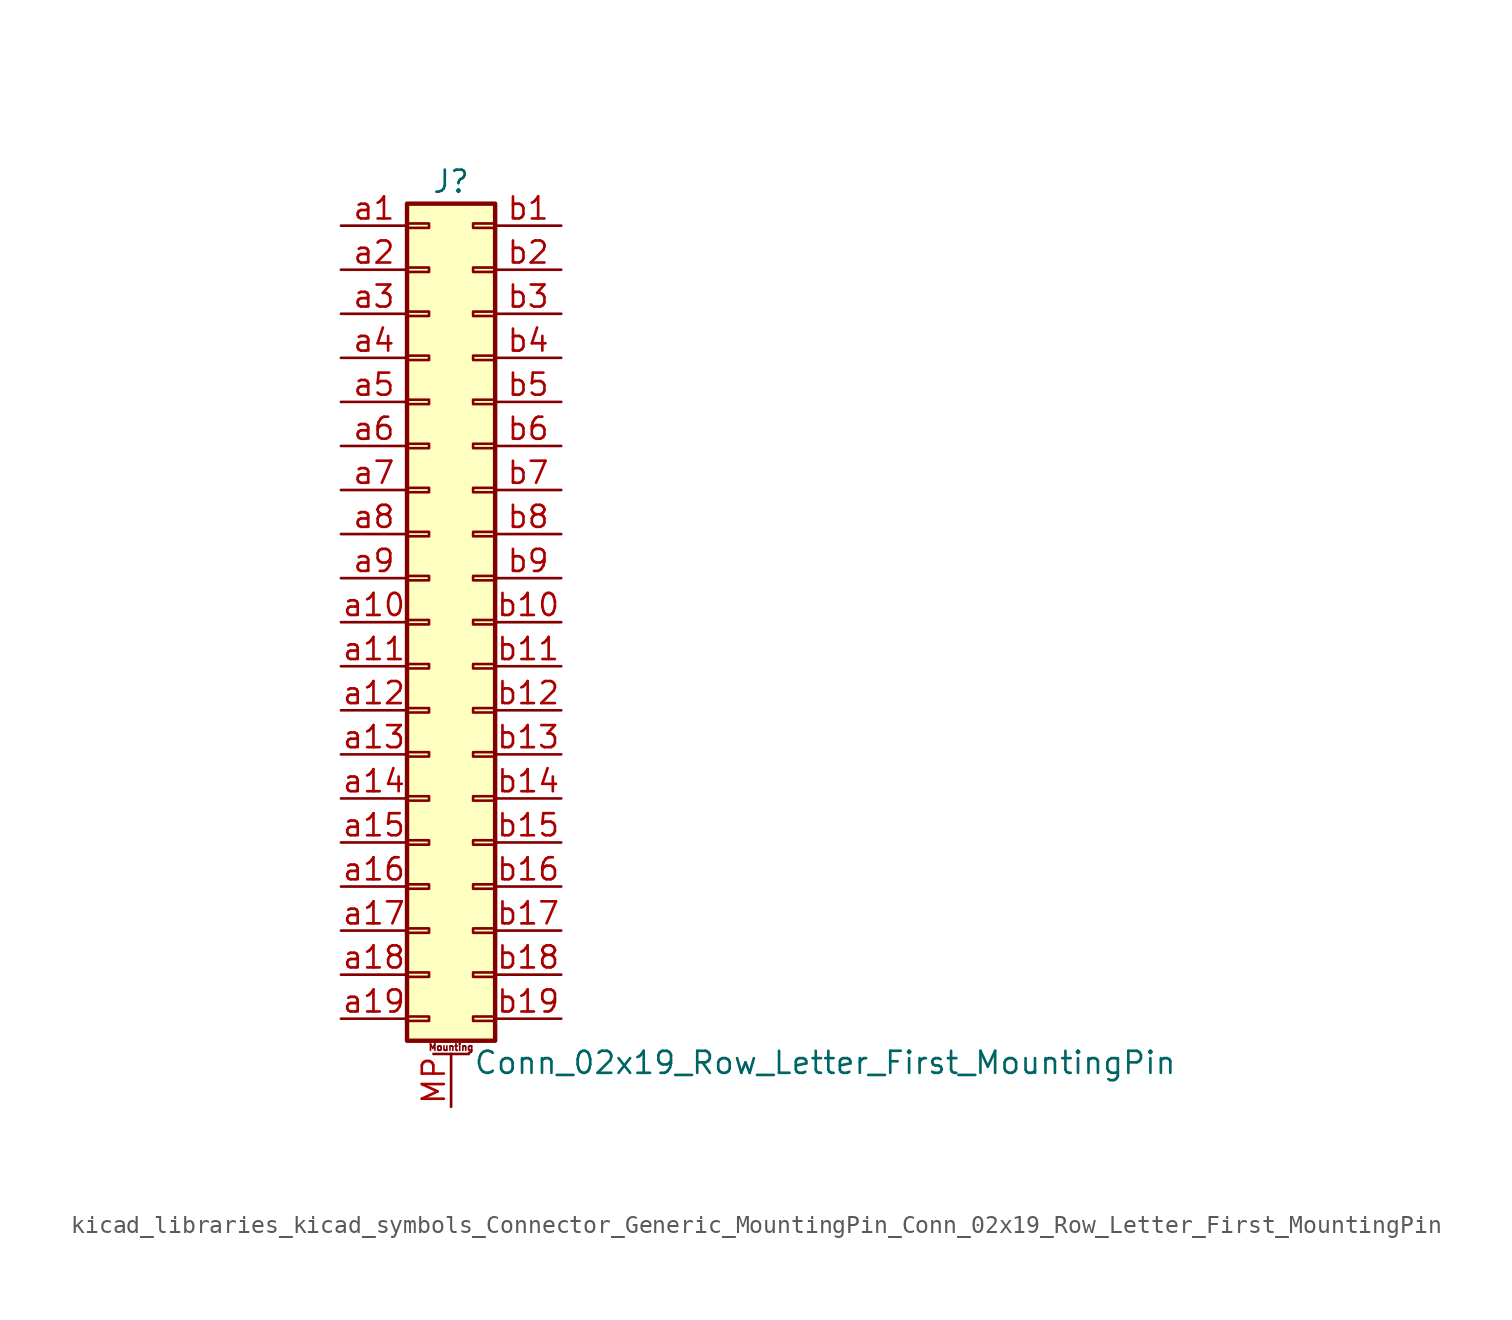
<source format=kicad_sym>
(kicad_symbol_lib
  (version 20220914)
  (generator kicad_symbol_editor)
  (symbol "kicad_libraries_kicad_symbols_Connector_Generic_MountingPin_Conn_02x19_Row_Letter_First_MountingPin"
    (pin_names
      (offset 1.016) hide)
    (property "Reference" "J"
      (at 1.27 25.4 0)
      (effects (font (size 1.27 1.27))))
    (property "Value" "Conn_02x19_Row_Letter_First_MountingPin"
      (at 2.54 -25.4 0)
      (effects (font (size 1.27 1.27)) (justify left)))
    (symbol "kicad_libraries_kicad_symbols_Connector_Generic_MountingPin_Conn_02x19_Row_Letter_First_MountingPin_1_1"
      (rectangle (start -1.27 -22.733) (end 0 -22.987) (stroke (width 0.152) (type default)) (fill (type none)))
      (rectangle (start -1.27 -20.193) (end 0 -20.447) (stroke (width 0.152) (type default)) (fill (type none)))
      (rectangle (start -1.27 -17.653) (end 0 -17.907) (stroke (width 0.152) (type default)) (fill (type none)))
      (rectangle (start -1.27 -15.113) (end 0 -15.367) (stroke (width 0.152) (type default)) (fill (type none)))
      (rectangle (start -1.27 -12.573) (end 0 -12.827) (stroke (width 0.152) (type default)) (fill (type none)))
      (rectangle (start -1.27 -10.033) (end 0 -10.287) (stroke (width 0.152) (type default)) (fill (type none)))
      (rectangle (start -1.27 -7.493) (end 0 -7.747) (stroke (width 0.152) (type default)) (fill (type none)))
      (rectangle (start -1.27 -4.953) (end 0 -5.207) (stroke (width 0.152) (type default)) (fill (type none)))
      (rectangle (start -1.27 -2.413) (end 0 -2.667) (stroke (width 0.152) (type default)) (fill (type none)))
      (rectangle (start -1.27 0.127) (end 0 -0.127) (stroke (width 0.152) (type default)) (fill (type none)))
      (rectangle (start -1.27 2.667) (end 0 2.413) (stroke (width 0.152) (type default)) (fill (type none)))
      (rectangle (start -1.27 5.207) (end 0 4.953) (stroke (width 0.152) (type default)) (fill (type none)))
      (rectangle (start -1.27 7.747) (end 0 7.493) (stroke (width 0.152) (type default)) (fill (type none)))
      (rectangle (start -1.27 10.287) (end 0 10.033) (stroke (width 0.152) (type default)) (fill (type none)))
      (rectangle (start -1.27 12.827) (end 0 12.573) (stroke (width 0.152) (type default)) (fill (type none)))
      (rectangle (start -1.27 15.367) (end 0 15.113) (stroke (width 0.152) (type default)) (fill (type none)))
      (rectangle (start -1.27 17.907) (end 0 17.653) (stroke (width 0.152) (type default)) (fill (type none)))
      (rectangle (start -1.27 20.447) (end 0 20.193) (stroke (width 0.152) (type default)) (fill (type none)))
      (rectangle (start -1.27 22.987) (end 0 22.733) (stroke (width 0.152) (type default)) (fill (type none)))
      (rectangle (start -1.27 24.13) (end 3.81 -24.13) (stroke (width 0.254) (type default)) (fill (type background)))
      (polyline (pts (xy 0.254 -24.892) (xy 2.286 -24.892)) (stroke (width 0.152) (type default)) (fill (type none)))
      (rectangle (start 3.81 -22.733) (end 2.54 -22.987) (stroke (width 0.152) (type default)) (fill (type none)))
      (rectangle (start 3.81 -20.193) (end 2.54 -20.447) (stroke (width 0.152) (type default)) (fill (type none)))
      (rectangle (start 3.81 -17.653) (end 2.54 -17.907) (stroke (width 0.152) (type default)) (fill (type none)))
      (rectangle (start 3.81 -15.113) (end 2.54 -15.367) (stroke (width 0.152) (type default)) (fill (type none)))
      (rectangle (start 3.81 -12.573) (end 2.54 -12.827) (stroke (width 0.152) (type default)) (fill (type none)))
      (rectangle (start 3.81 -10.033) (end 2.54 -10.287) (stroke (width 0.152) (type default)) (fill (type none)))
      (rectangle (start 3.81 -7.493) (end 2.54 -7.747) (stroke (width 0.152) (type default)) (fill (type none)))
      (rectangle (start 3.81 -4.953) (end 2.54 -5.207) (stroke (width 0.152) (type default)) (fill (type none)))
      (rectangle (start 3.81 -2.413) (end 2.54 -2.667) (stroke (width 0.152) (type default)) (fill (type none)))
      (rectangle (start 3.81 0.127) (end 2.54 -0.127) (stroke (width 0.152) (type default)) (fill (type none)))
      (rectangle (start 3.81 2.667) (end 2.54 2.413) (stroke (width 0.152) (type default)) (fill (type none)))
      (rectangle (start 3.81 5.207) (end 2.54 4.953) (stroke (width 0.152) (type default)) (fill (type none)))
      (rectangle (start 3.81 7.747) (end 2.54 7.493) (stroke (width 0.152) (type default)) (fill (type none)))
      (rectangle (start 3.81 10.287) (end 2.54 10.033) (stroke (width 0.152) (type default)) (fill (type none)))
      (rectangle (start 3.81 12.827) (end 2.54 12.573) (stroke (width 0.152) (type default)) (fill (type none)))
      (rectangle (start 3.81 15.367) (end 2.54 15.113) (stroke (width 0.152) (type default)) (fill (type none)))
      (rectangle (start 3.81 17.907) (end 2.54 17.653) (stroke (width 0.152) (type default)) (fill (type none)))
      (rectangle (start 3.81 20.447) (end 2.54 20.193) (stroke (width 0.152) (type default)) (fill (type none)))
      (rectangle (start 3.81 22.987) (end 2.54 22.733) (stroke (width 0.152) (type default)) (fill (type none)))
      (text "Mounting" (at 1.27 -24.511 0) (effects (font (size 0.381 0.381))))
      (pin passive line (at 1.27 -27.94 90) (length 3.048) (name "MountPin" (effects (font (size 1.27 1.27)))) (number "MP" (effects (font (size 1.27 1.27)))))
      (pin passive line (at -5.08 22.86 0) (length 3.81) (name "Pin_a1" (effects (font (size 1.27 1.27)))) (number "a1" (effects (font (size 1.27 1.27)))))
      (pin passive line (at -5.08 0 0) (length 3.81) (name "Pin_a10" (effects (font (size 1.27 1.27)))) (number "a10" (effects (font (size 1.27 1.27)))))
      (pin passive line (at -5.08 -2.54 0) (length 3.81) (name "Pin_a11" (effects (font (size 1.27 1.27)))) (number "a11" (effects (font (size 1.27 1.27)))))
      (pin passive line (at -5.08 -5.08 0) (length 3.81) (name "Pin_a12" (effects (font (size 1.27 1.27)))) (number "a12" (effects (font (size 1.27 1.27)))))
      (pin passive line (at -5.08 -7.62 0) (length 3.81) (name "Pin_a13" (effects (font (size 1.27 1.27)))) (number "a13" (effects (font (size 1.27 1.27)))))
      (pin passive line (at -5.08 -10.16 0) (length 3.81) (name "Pin_a14" (effects (font (size 1.27 1.27)))) (number "a14" (effects (font (size 1.27 1.27)))))
      (pin passive line (at -5.08 -12.7 0) (length 3.81) (name "Pin_a15" (effects (font (size 1.27 1.27)))) (number "a15" (effects (font (size 1.27 1.27)))))
      (pin passive line (at -5.08 -15.24 0) (length 3.81) (name "Pin_a16" (effects (font (size 1.27 1.27)))) (number "a16" (effects (font (size 1.27 1.27)))))
      (pin passive line (at -5.08 -17.78 0) (length 3.81) (name "Pin_a17" (effects (font (size 1.27 1.27)))) (number "a17" (effects (font (size 1.27 1.27)))))
      (pin passive line (at -5.08 -20.32 0) (length 3.81) (name "Pin_a18" (effects (font (size 1.27 1.27)))) (number "a18" (effects (font (size 1.27 1.27)))))
      (pin passive line (at -5.08 -22.86 0) (length 3.81) (name "Pin_a19" (effects (font (size 1.27 1.27)))) (number "a19" (effects (font (size 1.27 1.27)))))
      (pin passive line (at -5.08 20.32 0) (length 3.81) (name "Pin_a2" (effects (font (size 1.27 1.27)))) (number "a2" (effects (font (size 1.27 1.27)))))
      (pin passive line (at -5.08 17.78 0) (length 3.81) (name "Pin_a3" (effects (font (size 1.27 1.27)))) (number "a3" (effects (font (size 1.27 1.27)))))
      (pin passive line (at -5.08 15.24 0) (length 3.81) (name "Pin_a4" (effects (font (size 1.27 1.27)))) (number "a4" (effects (font (size 1.27 1.27)))))
      (pin passive line (at -5.08 12.7 0) (length 3.81) (name "Pin_a5" (effects (font (size 1.27 1.27)))) (number "a5" (effects (font (size 1.27 1.27)))))
      (pin passive line (at -5.08 10.16 0) (length 3.81) (name "Pin_a6" (effects (font (size 1.27 1.27)))) (number "a6" (effects (font (size 1.27 1.27)))))
      (pin passive line (at -5.08 7.62 0) (length 3.81) (name "Pin_a7" (effects (font (size 1.27 1.27)))) (number "a7" (effects (font (size 1.27 1.27)))))
      (pin passive line (at -5.08 5.08 0) (length 3.81) (name "Pin_a8" (effects (font (size 1.27 1.27)))) (number "a8" (effects (font (size 1.27 1.27)))))
      (pin passive line (at -5.08 2.54 0) (length 3.81) (name "Pin_a9" (effects (font (size 1.27 1.27)))) (number "a9" (effects (font (size 1.27 1.27)))))
      (pin passive line (at 7.62 22.86 180) (length 3.81) (name "Pin_b1" (effects (font (size 1.27 1.27)))) (number "b1" (effects (font (size 1.27 1.27)))))
      (pin passive line (at 7.62 0 180) (length 3.81) (name "Pin_b10" (effects (font (size 1.27 1.27)))) (number "b10" (effects (font (size 1.27 1.27)))))
      (pin passive line (at 7.62 -2.54 180) (length 3.81) (name "Pin_b11" (effects (font (size 1.27 1.27)))) (number "b11" (effects (font (size 1.27 1.27)))))
      (pin passive line (at 7.62 -5.08 180) (length 3.81) (name "Pin_b12" (effects (font (size 1.27 1.27)))) (number "b12" (effects (font (size 1.27 1.27)))))
      (pin passive line (at 7.62 -7.62 180) (length 3.81) (name "Pin_b13" (effects (font (size 1.27 1.27)))) (number "b13" (effects (font (size 1.27 1.27)))))
      (pin passive line (at 7.62 -10.16 180) (length 3.81) (name "Pin_b14" (effects (font (size 1.27 1.27)))) (number "b14" (effects (font (size 1.27 1.27)))))
      (pin passive line (at 7.62 -12.7 180) (length 3.81) (name "Pin_b15" (effects (font (size 1.27 1.27)))) (number "b15" (effects (font (size 1.27 1.27)))))
      (pin passive line (at 7.62 -15.24 180) (length 3.81) (name "Pin_b16" (effects (font (size 1.27 1.27)))) (number "b16" (effects (font (size 1.27 1.27)))))
      (pin passive line (at 7.62 -17.78 180) (length 3.81) (name "Pin_b17" (effects (font (size 1.27 1.27)))) (number "b17" (effects (font (size 1.27 1.27)))))
      (pin passive line (at 7.62 -20.32 180) (length 3.81) (name "Pin_b18" (effects (font (size 1.27 1.27)))) (number "b18" (effects (font (size 1.27 1.27)))))
      (pin passive line (at 7.62 -22.86 180) (length 3.81) (name "Pin_b19" (effects (font (size 1.27 1.27)))) (number "b19" (effects (font (size 1.27 1.27)))))
      (pin passive line (at 7.62 20.32 180) (length 3.81) (name "Pin_b2" (effects (font (size 1.27 1.27)))) (number "b2" (effects (font (size 1.27 1.27)))))
      (pin passive line (at 7.62 17.78 180) (length 3.81) (name "Pin_b3" (effects (font (size 1.27 1.27)))) (number "b3" (effects (font (size 1.27 1.27)))))
      (pin passive line (at 7.62 15.24 180) (length 3.81) (name "Pin_b4" (effects (font (size 1.27 1.27)))) (number "b4" (effects (font (size 1.27 1.27)))))
      (pin passive line (at 7.62 12.7 180) (length 3.81) (name "Pin_b5" (effects (font (size 1.27 1.27)))) (number "b5" (effects (font (size 1.27 1.27)))))
      (pin passive line (at 7.62 10.16 180) (length 3.81) (name "Pin_b6" (effects (font (size 1.27 1.27)))) (number "b6" (effects (font (size 1.27 1.27)))))
      (pin passive line (at 7.62 7.62 180) (length 3.81) (name "Pin_b7" (effects (font (size 1.27 1.27)))) (number "b7" (effects (font (size 1.27 1.27)))))
      (pin passive line (at 7.62 5.08 180) (length 3.81) (name "Pin_b8" (effects (font (size 1.27 1.27)))) (number "b8" (effects (font (size 1.27 1.27)))))
      (pin passive line (at 7.62 2.54 180) (length 3.81) (name "Pin_b9" (effects (font (size 1.27 1.27)))) (number "b9" (effects (font (size 1.27 1.27))))))))
</source>
